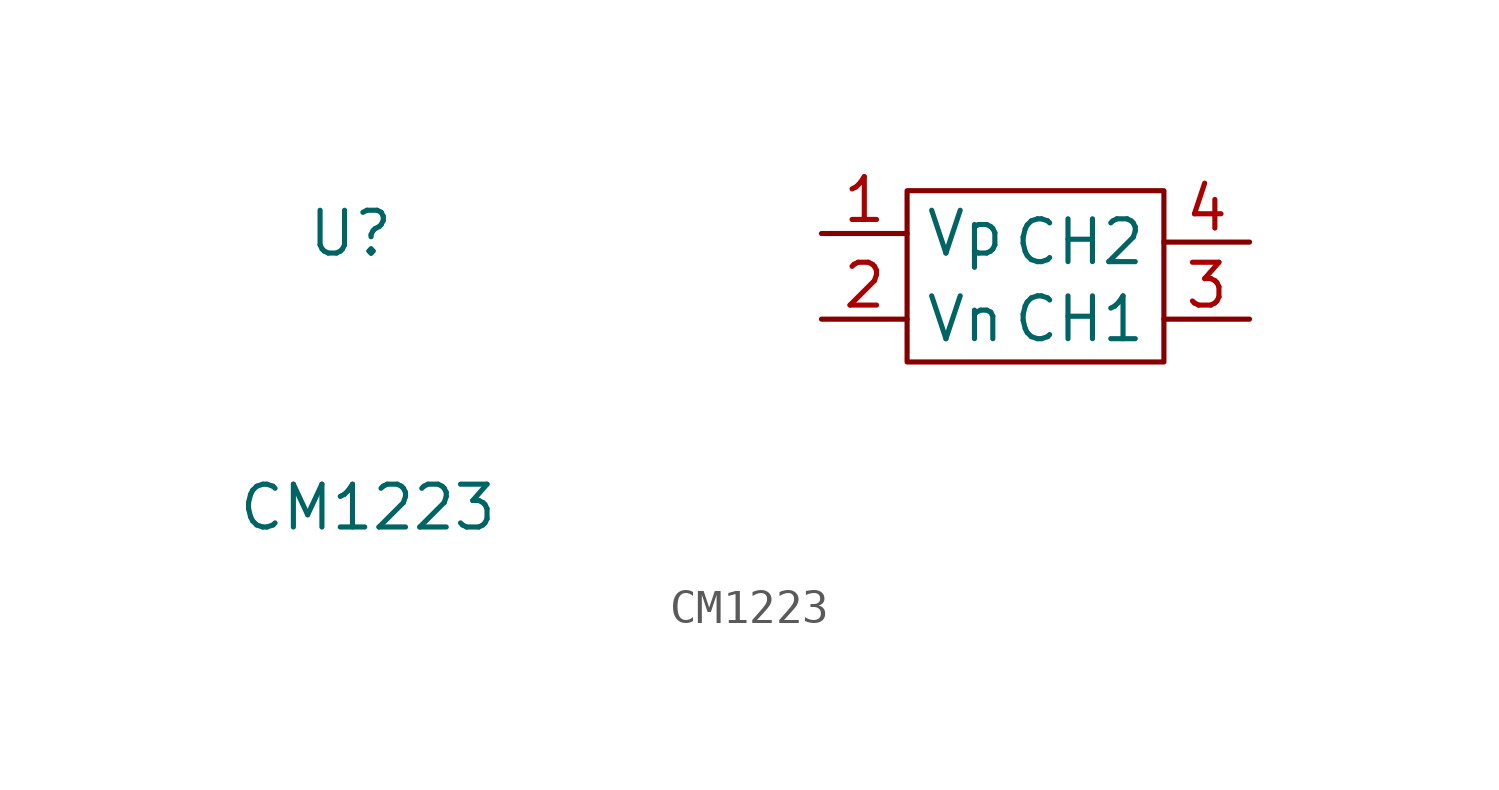
<source format=kicad_sym>
(kicad_symbol_lib
  (version 20211014)
  (generator kicad_symbol_editor)
  (symbol "CM1223"
    (property "Reference" "U"
      (at -16.51 3.81 0)
      (effects (font (size 1.27 1.27))))
    (property "Value" "CM1223"
      (at -16.002 -4.318 0)
      (effects (font (size 1.27 1.27))))
    (symbol "CM1223_0_1"
      (rectangle (start 0 0) (end 7.62 5.08) (stroke (width 0) (type default) (color 0 0 0 0)) (fill (type none))))
    (symbol "CM1223_1_1"
      (pin input line (at -2.54 3.81 0) (length 2.54) (name "Vp" (effects (font (size 1.27 1.27)))) (number "1" (effects (font (size 1.27 1.27)))))
      (pin input line (at -2.54 1.27 0) (length 2.54) (name "Vn" (effects (font (size 1.27 1.27)))) (number "2" (effects (font (size 1.27 1.27)))))
      (pin input line (at 10.16 1.27 180) (length 2.54) (name "CH1" (effects (font (size 1.27 1.27)))) (number "3" (effects (font (size 1.27 1.27)))))
      (pin input line (at 10.16 3.556 180) (length 2.54) (name "CH2" (effects (font (size 1.27 1.27)))) (number "4" (effects (font (size 1.27 1.27))))))))
</source>
